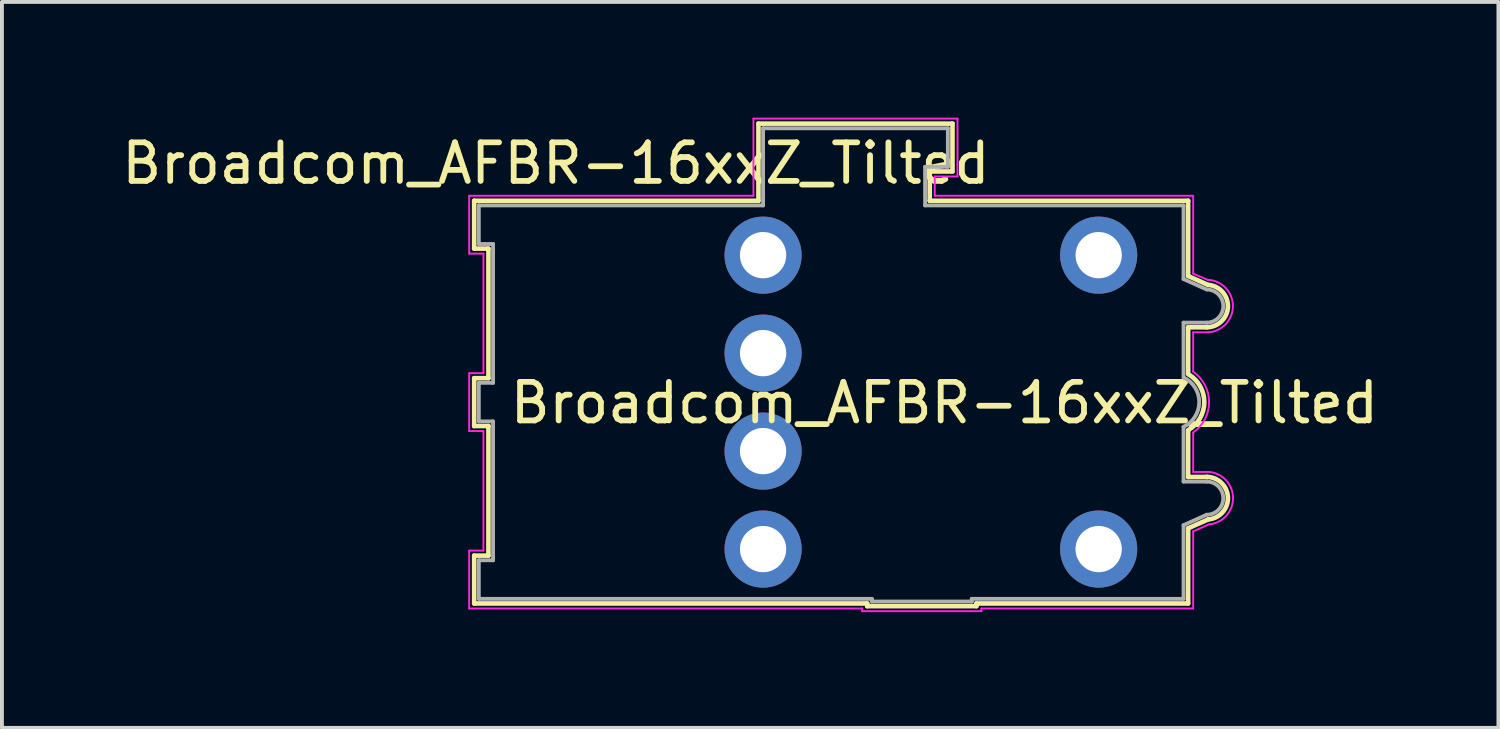
<source format=kicad_pcb>
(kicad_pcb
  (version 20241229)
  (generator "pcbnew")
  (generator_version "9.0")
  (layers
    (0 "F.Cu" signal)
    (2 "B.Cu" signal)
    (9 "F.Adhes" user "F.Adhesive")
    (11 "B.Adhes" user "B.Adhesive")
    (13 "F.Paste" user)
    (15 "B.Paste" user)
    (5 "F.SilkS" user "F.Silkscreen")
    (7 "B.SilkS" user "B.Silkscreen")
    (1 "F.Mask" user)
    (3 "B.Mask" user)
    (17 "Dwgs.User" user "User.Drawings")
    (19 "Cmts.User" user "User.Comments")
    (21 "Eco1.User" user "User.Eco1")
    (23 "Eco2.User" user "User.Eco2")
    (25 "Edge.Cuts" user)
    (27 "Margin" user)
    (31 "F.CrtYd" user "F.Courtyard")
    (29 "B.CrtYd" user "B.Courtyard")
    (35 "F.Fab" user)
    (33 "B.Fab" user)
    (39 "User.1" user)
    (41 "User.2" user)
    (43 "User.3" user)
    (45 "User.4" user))
  (footprint "Broadcom_AFBR-16xxZ_Tilted"
    (layer "F.Cu")
    (at 16.733 3.565)
    (property "Reference" "Broadcom_AFBR-16xxZ_Tilted" (at -5.37 -2.38 0) (layer "F.SilkS") (effects (font (size 1 1) (thickness 0.15))))
    (attr through_hole)
    (fp_line (start -7.49 -1.41) (end -0.12 -1.41) (stroke (width 0.12) (type solid)) (layer "F.SilkS"))
    (fp_line (start -7.49 -0.17) (end -7.49 -1.41) (stroke (width 0.12) (type solid)) (layer "F.SilkS"))
    (fp_line (start -7.49 3.19) (end -7.12 3.19) (stroke (width 0.12) (type solid)) (layer "F.SilkS"))
    (fp_line (start -7.49 4.43) (end -7.49 3.19) (stroke (width 0.12) (type solid)) (layer "F.SilkS"))
    (fp_line (start -7.49 7.79) (end -7.12 7.79) (stroke (width 0.12) (type solid)) (layer "F.SilkS"))
    (fp_line (start -7.49 9.03) (end -7.49 7.79) (stroke (width 0.12) (type solid)) (layer "F.SilkS"))
    (fp_line (start -7.12 -0.17) (end -7.49 -0.17) (stroke (width 0.12) (type solid)) (layer "F.SilkS"))
    (fp_line (start -7.12 3.19) (end -7.12 -0.17) (stroke (width 0.12) (type solid)) (layer "F.SilkS"))
    (fp_line (start -7.12 4.43) (end -7.49 4.43) (stroke (width 0.12) (type solid)) (layer "F.SilkS"))
    (fp_line (start -7.12 7.79) (end -7.12 4.43) (stroke (width 0.12) (type solid)) (layer "F.SilkS"))
    (fp_line (start -0.12 -3.41) (end 4.91 -3.41) (stroke (width 0.12) (type solid)) (layer "F.SilkS"))
    (fp_line (start -0.12 -1.41) (end -0.12 -3.41) (stroke (width 0.12) (type solid)) (layer "F.SilkS"))
    (fp_line (start 2.7 9.03) (end -7.49 9.03) (stroke (width 0.12) (type solid)) (layer "F.SilkS"))
    (fp_line (start 2.7 9.1) (end 2.7 9.03) (stroke (width 0.12) (type solid)) (layer "F.SilkS"))
    (fp_line (start 4.32 -2.17) (end 4.32 -1.41) (stroke (width 0.12) (type solid)) (layer "F.SilkS"))
    (fp_line (start 4.32 -1.41) (end 11.02 -1.41) (stroke (width 0.12) (type solid)) (layer "F.SilkS"))
    (fp_line (start 4.91 -3.41) (end 4.91 -2.17) (stroke (width 0.12) (type solid)) (layer "F.SilkS"))
    (fp_line (start 4.91 -2.17) (end 4.32 -2.17) (stroke (width 0.12) (type solid)) (layer "F.SilkS"))
    (fp_line (start 5.53 9.03) (end 5.53 9.1) (stroke (width 0.12) (type solid)) (layer "F.SilkS"))
    (fp_line (start 5.53 9.1) (end 2.7 9.1) (stroke (width 0.12) (type solid)) (layer "F.SilkS"))
    (fp_line (start 11.02 -1.41) (end 11.02 0.54) (stroke (width 0.12) (type solid)) (layer "F.SilkS"))
    (fp_line (start 11.02 0.54) (end 11.53 0.77) (stroke (width 0.12) (type solid)) (layer "F.SilkS"))
    (fp_line (start 11.02 1.87) (end 11.02 3.08) (stroke (width 0.12) (type solid)) (layer "F.SilkS"))
    (fp_line (start 11.02 4.54) (end 11.02 5.75) (stroke (width 0.12) (type solid)) (layer "F.SilkS"))
    (fp_line (start 11.02 5.75) (end 11.51 5.75) (stroke (width 0.12) (type solid)) (layer "F.SilkS"))
    (fp_line (start 11.02 7.08) (end 11.02 9.03) (stroke (width 0.12) (type solid)) (layer "F.SilkS"))
    (fp_line (start 11.02 9.03) (end 5.53 9.03) (stroke (width 0.12) (type solid)) (layer "F.SilkS"))
    (fp_line (start 11.51 1.87) (end 11.02 1.87) (stroke (width 0.12) (type solid)) (layer "F.SilkS"))
    (fp_line (start 11.54 6.85) (end 11.02 7.08) (stroke (width 0.12) (type solid)) (layer "F.SilkS"))
    (fp_arc (start 11.036042 3.093643) (mid 11.438622 3.813528) (end 11.03 4.53) (stroke (width 0.12) (type solid)) (layer "F.SilkS"))
    (fp_arc (start 11.5 5.748547) (mid 12.05109 6.279987) (end 11.54 6.85) (stroke (width 0.12) (type solid)) (layer "F.SilkS"))
    (fp_arc (start 11.539894 0.771449) (mid 12.049637 1.33996) (end 11.5 1.87) (stroke (width 0.12) (type solid)) (layer "F.SilkS"))
    (fp_line (start -7.62 -1.54) (end -0.25 -1.54) (stroke (width 0.05) (type solid)) (layer "F.CrtYd"))
    (fp_line (start -7.62 -0.04) (end -7.62 -1.54) (stroke (width 0.05) (type solid)) (layer "F.CrtYd"))
    (fp_line (start -7.62 3.06) (end -7.25 3.06) (stroke (width 0.05) (type solid)) (layer "F.CrtYd"))
    (fp_line (start -7.62 4.56) (end -7.62 3.06) (stroke (width 0.05) (type solid)) (layer "F.CrtYd"))
    (fp_line (start -7.62 7.66) (end -7.25 7.66) (stroke (width 0.05) (type solid)) (layer "F.CrtYd"))
    (fp_line (start -7.62 9.16) (end -7.62 7.66) (stroke (width 0.05) (type solid)) (layer "F.CrtYd"))
    (fp_line (start -7.25 -0.04) (end -7.62 -0.04) (stroke (width 0.05) (type solid)) (layer "F.CrtYd"))
    (fp_line (start -7.25 3.06) (end -7.25 -0.04) (stroke (width 0.05) (type solid)) (layer "F.CrtYd"))
    (fp_line (start -7.25 4.56) (end -7.62 4.56) (stroke (width 0.05) (type solid)) (layer "F.CrtYd"))
    (fp_line (start -7.25 7.66) (end -7.25 4.56) (stroke (width 0.05) (type solid)) (layer "F.CrtYd"))
    (fp_line (start -0.25 -3.54) (end 5.04 -3.54) (stroke (width 0.05) (type solid)) (layer "F.CrtYd"))
    (fp_line (start -0.25 -1.54) (end -0.25 -3.54) (stroke (width 0.05) (type solid)) (layer "F.CrtYd"))
    (fp_line (start 2.57 9.16) (end -7.62 9.16) (stroke (width 0.05) (type solid)) (layer "F.CrtYd"))
    (fp_line (start 2.57 9.23) (end 2.57 9.16) (stroke (width 0.05) (type solid)) (layer "F.CrtYd"))
    (fp_line (start 4.45 -1.54) (end 4.45 -2.04) (stroke (width 0.05) (type solid)) (layer "F.CrtYd"))
    (fp_line (start 4.45 -1.54) (end 11.15 -1.54) (stroke (width 0.05) (type solid)) (layer "F.CrtYd"))
    (fp_line (start 5.04 -3.54) (end 5.04 -2.04) (stroke (width 0.05) (type solid)) (layer "F.CrtYd"))
    (fp_line (start 5.04 -2.04) (end 4.45 -2.04) (stroke (width 0.05) (type solid)) (layer "F.CrtYd"))
    (fp_line (start 5.66 9.16) (end 5.66 9.23) (stroke (width 0.05) (type solid)) (layer "F.CrtYd"))
    (fp_line (start 5.66 9.23) (end 2.57 9.23) (stroke (width 0.05) (type solid)) (layer "F.CrtYd"))
    (fp_line (start 11.15 -1.51) (end 11.15 0.47) (stroke (width 0.05) (type solid)) (layer "F.CrtYd"))
    (fp_line (start 11.15 0.48) (end 11.53 0.64) (stroke (width 0.05) (type solid)) (layer "F.CrtYd"))
    (fp_line (start 11.15 2) (end 11.15 3.02) (stroke (width 0.05) (type solid)) (layer "F.CrtYd"))
    (fp_line (start 11.15 4.6) (end 11.15 5.62) (stroke (width 0.05) (type solid)) (layer "F.CrtYd"))
    (fp_line (start 11.15 5.62) (end 11.51 5.62) (stroke (width 0.05) (type solid)) (layer "F.CrtYd"))
    (fp_line (start 11.15 7.16) (end 11.15 9.16) (stroke (width 0.05) (type solid)) (layer "F.CrtYd"))
    (fp_line (start 11.15 9.16) (end 5.66 9.16) (stroke (width 0.05) (type solid)) (layer "F.CrtYd"))
    (fp_line (start 11.54 2) (end 11.15 2) (stroke (width 0.05) (type solid)) (layer "F.CrtYd"))
    (fp_line (start 11.56 6.98) (end 11.15 7.16) (stroke (width 0.05) (type solid)) (layer "F.CrtYd"))
    (fp_arc (start 11.15 3.02) (mid 11.562601 3.81) (end 11.15 4.6) (stroke (width 0.05) (type solid)) (layer "F.CrtYd"))
    (fp_arc (start 11.510188 5.617434) (mid 12.182186 6.275061) (end 11.56 6.98) (stroke (width 0.05) (type solid)) (layer "F.CrtYd"))
    (fp_arc (start 11.530022 0.639488) (mid 12.181156 1.315005) (end 11.539999 1.999999) (stroke (width 0.05) (type solid)) (layer "F.CrtYd"))
    (fp_line (start -7.37 -1.29) (end -7.37 -0.29) (stroke (width 0.1) (type solid)) (layer "F.Fab"))
    (fp_line (start -7.37 -0.29) (end -7 -0.29) (stroke (width 0.1) (type solid)) (layer "F.Fab"))
    (fp_line (start -7.37 3.31) (end -7.37 4.31) (stroke (width 0.1) (type solid)) (layer "F.Fab"))
    (fp_line (start -7.37 4.31) (end -7 4.31) (stroke (width 0.1) (type solid)) (layer "F.Fab"))
    (fp_line (start -7.37 7.91) (end -7.37 8.91) (stroke (width 0.1) (type solid)) (layer "F.Fab"))
    (fp_line (start -7.37 8.91) (end 2.82 8.91) (stroke (width 0.1) (type solid)) (layer "F.Fab"))
    (fp_line (start -7 -0.29) (end -7 3.31) (stroke (width 0.1) (type solid)) (layer "F.Fab"))
    (fp_line (start -7 3.31) (end -7.37 3.31) (stroke (width 0.1) (type solid)) (layer "F.Fab"))
    (fp_line (start -7 4.31) (end -7 7.91) (stroke (width 0.1) (type solid)) (layer "F.Fab"))
    (fp_line (start -7 7.91) (end -7.37 7.91) (stroke (width 0.1) (type solid)) (layer "F.Fab"))
    (fp_line (start 0 -3.29) (end 0 -1.29) (stroke (width 0.1) (type solid)) (layer "F.Fab"))
    (fp_line (start 0 -1.29) (end -7.37 -1.29) (stroke (width 0.1) (type solid)) (layer "F.Fab"))
    (fp_line (start 2.82 8.91) (end 2.82 8.98) (stroke (width 0.1) (type solid)) (layer "F.Fab"))
    (fp_line (start 2.82 8.98) (end 5.41 8.98) (stroke (width 0.1) (type solid)) (layer "F.Fab"))
    (fp_line (start 4.2 -2.29) (end 4.79 -2.29) (stroke (width 0.1) (type solid)) (layer "F.Fab"))
    (fp_line (start 4.2 -1.29) (end 4.2 -2.29) (stroke (width 0.1) (type solid)) (layer "F.Fab"))
    (fp_line (start 4.79 -3.29) (end 0 -3.29) (stroke (width 0.1) (type solid)) (layer "F.Fab"))
    (fp_line (start 4.79 -3.29) (end 4.79 -2.29) (stroke (width 0.1) (type solid)) (layer "F.Fab"))
    (fp_line (start 5.41 8.91) (end 10.9 8.91) (stroke (width 0.1) (type solid)) (layer "F.Fab"))
    (fp_line (start 5.41 8.98) (end 5.41 8.91) (stroke (width 0.1) (type solid)) (layer "F.Fab"))
    (fp_line (start 10.9 -1.29) (end 4.2 -1.29) (stroke (width 0.1) (type solid)) (layer "F.Fab"))
    (fp_line (start 10.9 0.62) (end 10.9 -1.29) (stroke (width 0.1) (type solid)) (layer "F.Fab"))
    (fp_line (start 10.9 1.75) (end 11.51 1.75) (stroke (width 0.1) (type solid)) (layer "F.Fab"))
    (fp_line (start 10.9 3.18) (end 10.9 1.75) (stroke (width 0.1) (type solid)) (layer "F.Fab"))
    (fp_line (start 10.9 5.87) (end 10.9 4.45) (stroke (width 0.1) (type solid)) (layer "F.Fab"))
    (fp_line (start 10.9 7) (end 11.5 6.73) (stroke (width 0.1) (type solid)) (layer "F.Fab"))
    (fp_line (start 10.9 8.91) (end 10.9 7) (stroke (width 0.1) (type solid)) (layer "F.Fab"))
    (fp_line (start 11.5 0.89) (end 10.9 0.62) (stroke (width 0.1) (type solid)) (layer "F.Fab"))
    (fp_line (start 11.51 5.87) (end 10.9 5.87) (stroke (width 0.1) (type solid)) (layer "F.Fab"))
    (fp_arc (start 10.912068 3.175797) (mid 11.306792 3.816694) (end 10.9 4.45) (stroke (width 0.1) (type solid)) (layer "F.Fab"))
    (fp_arc (start 11.5 5.87) (mid 11.93 6.3) (end 11.5 6.73) (stroke (width 0.1) (type solid)) (layer "F.Fab"))
    (fp_arc (start 11.509756 0.890111) (mid 11.929972 1.324878) (end 11.5 1.75) (stroke (width 0.1) (type solid)) (layer "F.Fab"))
    (fp_text user "${REFERENCE}" (at 4.7 3.83 0) (layer "F.SilkS") (effects (font (size 1 1) (thickness 0.15))))
    (pad "1" thru_hole circle (at 0 0) (size 2 2) (drill 1.2) (layers "*.Cu" "*.Mask"))
    (pad "2" thru_hole circle (at 0 2.54) (size 2 2) (drill 1.2) (layers "*.Cu" "*.Mask"))
    (pad "3" thru_hole circle (at 0 5.08) (size 2 2) (drill 1.2) (layers "*.Cu" "*.Mask"))
    (pad "4" thru_hole circle (at 0 7.62) (size 2 2) (drill 1.2) (layers "*.Cu" "*.Mask"))
    (pad "5" thru_hole circle (at 8.7 7.62) (size 2 2) (drill 1.2) (layers "*.Cu" "*.Mask"))
    (pad "8" thru_hole circle (at 8.7 0) (size 2 2) (drill 1.2) (layers "*.Cu" "*.Mask")))
  (gr_rect
    (start -3 -3)
    (end 35.796 15.82)
    (stroke (width 0.1) (type default))
    (fill no)
    (layer "Edge.Cuts")))
</source>
